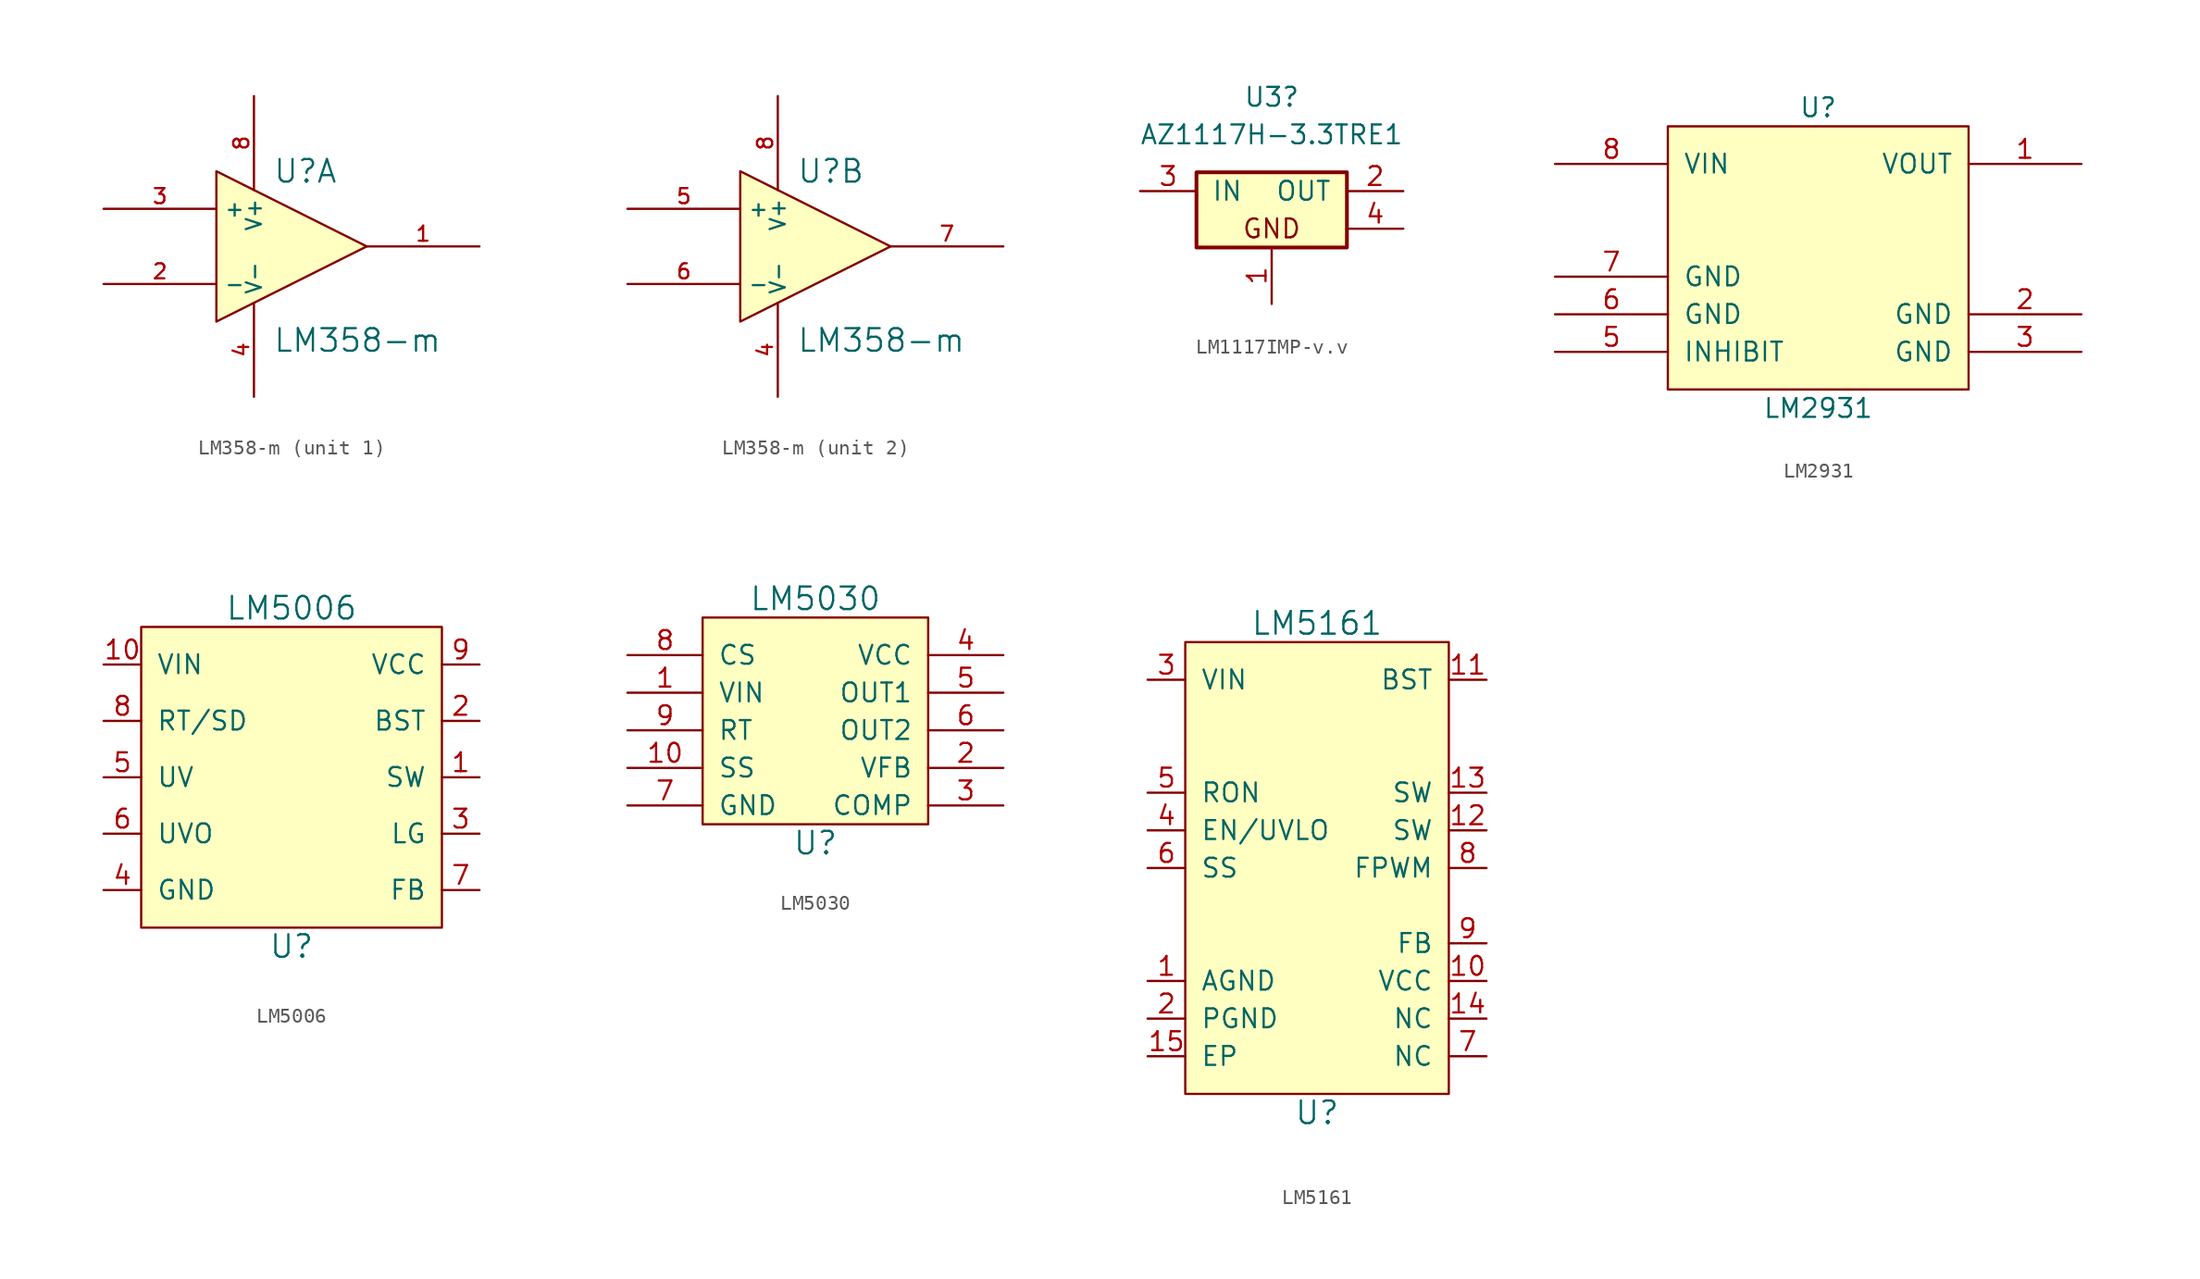
<source format=kicad_sym>
(kicad_symbol_lib
  (version 20211014)
  (generator kicad_symbol_editor)
  (symbol "LM358-m"
    (property "Reference" "U"
      (at -1.27 5.08 0)
      (effects (font (size 1.524 1.524)) (justify left)))
    (property "Value" "LM358-m"
      (at -1.27 -6.35 0)
      (effects (font (size 1.524 1.524)) (justify left)))
    (property "Footprint" ""
      (at 0 0 0)
      (effects (font (size 1.524 1.524))))
    (property "Datasheet" ""
      (at 0 0 0)
      (effects (font (size 1.524 1.524))))
    (symbol "LM358-m_0_1"
      (polyline (pts (xy -5.08 5.08) (xy 5.08 0) (xy -5.08 -5.08) (xy -5.08 5.08)) (stroke (width 0.152) (type default) (color 0 0 0 0)) (fill (type background)))
      (pin power_in line (at -2.54 -10.16 90) (length 6.35) (name "V-" (effects (font (size 1.016 1.016)))) (number "4" (effects (font (size 1.016 1.016)))))
      (pin power_in line (at -2.54 10.16 270) (length 6.35) (name "V+" (effects (font (size 1.016 1.016)))) (number "8" (effects (font (size 1.016 1.016))))))
    (symbol "LM358-m_1_1"
      (pin output line (at 12.7 0 180) (length 7.62) (name "~" (effects (font (size 1.016 1.016)))) (number "1" (effects (font (size 1.016 1.016)))))
      (pin input line (at -12.7 -2.54 0) (length 7.62) (name "-" (effects (font (size 1.016 1.016)))) (number "2" (effects (font (size 1.016 1.016)))))
      (pin input line (at -12.7 2.54 0) (length 7.62) (name "+" (effects (font (size 1.016 1.016)))) (number "3" (effects (font (size 1.016 1.016))))))
    (symbol "LM358-m_2_1"
      (pin input line (at -12.7 2.54 0) (length 7.62) (name "+" (effects (font (size 1.016 1.016)))) (number "5" (effects (font (size 1.016 1.016)))))
      (pin input line (at -12.7 -2.54 0) (length 7.62) (name "-" (effects (font (size 1.016 1.016)))) (number "6" (effects (font (size 1.016 1.016)))))
      (pin output line (at 12.7 0 180) (length 7.62) (name "~" (effects (font (size 1.016 1.016)))) (number "7" (effects (font (size 1.016 1.016)))))))
  (symbol "LM1117IMP-v.v"
    (pin_names
      (offset 1.016))
    (property "Reference" "U3"
      (at 0 7.62 0)
      (effects (font (size 1.27 1.27))))
    (property "Value" "AZ1117H-3.3TRE1"
      (at 0 5.08 0)
      (effects (font (size 1.27 1.27))))
    (property "Datasheet" ""
      (at 0 0 0)
      (effects (font (size 1.524 1.524))))
    (symbol "LM1117IMP-v.v_0_0"
      (rectangle (start -5.08 2.54) (end 5.08 -2.54) (stroke (width 0.254) (type default) (color 0 0 0 0)) (fill (type background)))
      (text "GND" (at 0 -1.27 0) (effects (font (size 1.27 1.27)))))
    (symbol "LM1117IMP-v.v_1_1"
      (pin input line (at 0 -6.35 90) (length 3.81) (name "~" (effects (font (size 1.27 1.27)))) (number "1" (effects (font (size 1.27 1.27)))))
      (pin power_out line (at 8.89 1.27 180) (length 3.81) (name "OUT" (effects (font (size 1.27 1.27)))) (number "2" (effects (font (size 1.27 1.27)))))
      (pin power_in line (at -8.89 1.27 0) (length 3.81) (name "IN" (effects (font (size 1.27 1.27)))) (number "3" (effects (font (size 1.27 1.27)))))
      (pin passive line (at 8.89 -1.27 180) (length 3.81) (name "~" (effects (font (size 1.27 1.27)))) (number "4" (effects (font (size 1.27 1.27)))))))
  (symbol "LM2931"
    (pin_names
      (offset 1.016))
    (property "Reference" "U"
      (at 0 10.16 0)
      (effects (font (size 1.27 1.27))))
    (property "Value" "LM2931"
      (at 0 -10.16 0)
      (effects (font (size 1.27 1.27))))
    (property "Datasheet" ""
      (at 0 10.16 0)
      (effects (font (size 1.27 1.27))))
    (symbol "LM2931_0_1"
      (rectangle (start -10.16 -8.89) (end 10.16 8.89) (stroke (width 0) (type default) (color 0 0 0 0)) (fill (type background))))
    (symbol "LM2931_1_1"
      (pin power_out line (at 17.78 6.35 180) (length 7.62) (name "VOUT" (effects (font (size 1.27 1.27)))) (number "1" (effects (font (size 1.27 1.27)))))
      (pin power_in line (at 17.78 -3.81 180) (length 7.62) (name "GND" (effects (font (size 1.27 1.27)))) (number "2" (effects (font (size 1.27 1.27)))))
      (pin power_in line (at 17.78 -6.35 180) (length 7.62) (name "GND" (effects (font (size 1.27 1.27)))) (number "3" (effects (font (size 1.27 1.27)))))
      (pin power_in line (at -17.78 -6.35 0) (length 7.62) (name "INHIBIT" (effects (font (size 1.27 1.27)))) (number "5" (effects (font (size 1.27 1.27)))))
      (pin power_in line (at -17.78 -3.81 0) (length 7.62) (name "GND" (effects (font (size 1.27 1.27)))) (number "6" (effects (font (size 1.27 1.27)))))
      (pin power_in line (at -17.78 -1.27 0) (length 7.62) (name "GND" (effects (font (size 1.27 1.27)))) (number "7" (effects (font (size 1.27 1.27)))))
      (pin input line (at -17.78 6.35 0) (length 7.62) (name "VIN" (effects (font (size 1.27 1.27)))) (number "8" (effects (font (size 1.27 1.27)))))))
  (symbol "LM5006"
    (pin_names
      (offset 1.016))
    (property "Reference" "U"
      (at 0 -11.43 0)
      (effects (font (size 1.524 1.524))))
    (property "Value" "LM5006"
      (at 0 11.43 0)
      (effects (font (size 1.524 1.524))))
    (symbol "LM5006_0_1"
      (rectangle (start -10.16 10.16) (end 10.16 -10.16) (stroke (width 0) (type default) (color 0 0 0 0)) (fill (type background))))
    (symbol "LM5006_1_1"
      (pin power_out line (at 12.7 0 180) (length 2.54) (name "SW" (effects (font (size 1.27 1.27)))) (number "1" (effects (font (size 1.27 1.27)))))
      (pin power_in line (at -12.7 7.62 0) (length 2.54) (name "VIN" (effects (font (size 1.27 1.27)))) (number "10" (effects (font (size 1.27 1.27)))))
      (pin input line (at 12.7 3.81 180) (length 2.54) (name "BST" (effects (font (size 1.27 1.27)))) (number "2" (effects (font (size 1.27 1.27)))))
      (pin output line (at 12.7 -3.81 180) (length 2.54) (name "LG" (effects (font (size 1.27 1.27)))) (number "3" (effects (font (size 1.27 1.27)))))
      (pin power_in line (at -12.7 -7.62 0) (length 2.54) (name "GND" (effects (font (size 1.27 1.27)))) (number "4" (effects (font (size 1.27 1.27)))))
      (pin input line (at -12.7 0 0) (length 2.54) (name "UV" (effects (font (size 1.27 1.27)))) (number "5" (effects (font (size 1.27 1.27)))))
      (pin input line (at -12.7 -3.81 0) (length 2.54) (name "UVO" (effects (font (size 1.27 1.27)))) (number "6" (effects (font (size 1.27 1.27)))))
      (pin input line (at 12.7 -7.62 180) (length 2.54) (name "FB" (effects (font (size 1.27 1.27)))) (number "7" (effects (font (size 1.27 1.27)))))
      (pin input line (at -12.7 3.81 0) (length 2.54) (name "RT/SD" (effects (font (size 1.27 1.27)))) (number "8" (effects (font (size 1.27 1.27)))))
      (pin passive line (at 12.7 7.62 180) (length 2.54) (name "VCC" (effects (font (size 1.27 1.27)))) (number "9" (effects (font (size 1.27 1.27)))))))
  (symbol "LM5030"
    (pin_names
      (offset 1.016))
    (property "Reference" "U"
      (at 0 -7.62 0)
      (effects (font (size 1.524 1.524))))
    (property "Value" "LM5030"
      (at 0 8.89 0)
      (effects (font (size 1.524 1.524))))
    (symbol "LM5030_0_1"
      (rectangle (start -7.62 7.62) (end 7.62 -6.35) (stroke (width 0) (type default) (color 0 0 0 0)) (fill (type background))))
    (symbol "LM5030_1_1"
      (pin power_in line (at -12.7 2.54 0) (length 5.08) (name "VIN" (effects (font (size 1.27 1.27)))) (number "1" (effects (font (size 1.27 1.27)))))
      (pin input line (at -12.7 -2.54 0) (length 5.08) (name "SS" (effects (font (size 1.27 1.27)))) (number "10" (effects (font (size 1.27 1.27)))))
      (pin input line (at 12.7 -2.54 180) (length 5.08) (name "VFB" (effects (font (size 1.27 1.27)))) (number "2" (effects (font (size 1.27 1.27)))))
      (pin input line (at 12.7 -5.08 180) (length 5.08) (name "COMP" (effects (font (size 1.27 1.27)))) (number "3" (effects (font (size 1.27 1.27)))))
      (pin power_in line (at 12.7 5.08 180) (length 5.08) (name "VCC" (effects (font (size 1.27 1.27)))) (number "4" (effects (font (size 1.27 1.27)))))
      (pin output line (at 12.7 2.54 180) (length 5.08) (name "OUT1" (effects (font (size 1.27 1.27)))) (number "5" (effects (font (size 1.27 1.27)))))
      (pin output line (at 12.7 0 180) (length 5.08) (name "OUT2" (effects (font (size 1.27 1.27)))) (number "6" (effects (font (size 1.27 1.27)))))
      (pin input line (at -12.7 -5.08 0) (length 5.08) (name "GND" (effects (font (size 1.27 1.27)))) (number "7" (effects (font (size 1.27 1.27)))))
      (pin input line (at -12.7 5.08 0) (length 5.08) (name "CS" (effects (font (size 1.27 1.27)))) (number "8" (effects (font (size 1.27 1.27)))))
      (pin input line (at -12.7 0 0) (length 5.08) (name "RT" (effects (font (size 1.27 1.27)))) (number "9" (effects (font (size 1.27 1.27)))))))
  (symbol "LM5161"
    (pin_names
      (offset 1.016))
    (property "Reference" "U"
      (at 0 -16.51 0)
      (effects (font (size 1.524 1.524))))
    (property "Value" "LM5161"
      (at 0 16.51 0)
      (effects (font (size 1.524 1.524))))
    (symbol "LM5161_0_1"
      (rectangle (start -8.89 15.24) (end 8.89 -15.24) (stroke (width 0) (type default) (color 0 0 0 0)) (fill (type background))))
    (symbol "LM5161_1_1"
      (pin input line (at -11.43 -7.62 0) (length 2.54) (name "AGND" (effects (font (size 1.27 1.27)))) (number "1" (effects (font (size 1.27 1.27)))))
      (pin input line (at 11.43 -7.62 180) (length 2.54) (name "VCC" (effects (font (size 1.27 1.27)))) (number "10" (effects (font (size 1.27 1.27)))))
      (pin input line (at 11.43 12.7 180) (length 2.54) (name "BST" (effects (font (size 1.27 1.27)))) (number "11" (effects (font (size 1.27 1.27)))))
      (pin input line (at 11.43 2.54 180) (length 2.54) (name "SW" (effects (font (size 1.27 1.27)))) (number "12" (effects (font (size 1.27 1.27)))))
      (pin input line (at 11.43 5.08 180) (length 2.54) (name "SW" (effects (font (size 1.27 1.27)))) (number "13" (effects (font (size 1.27 1.27)))))
      (pin input line (at 11.43 -10.16 180) (length 2.54) (name "NC" (effects (font (size 1.27 1.27)))) (number "14" (effects (font (size 1.27 1.27)))))
      (pin input line (at -11.43 -12.7 0) (length 2.54) (name "EP" (effects (font (size 1.27 1.27)))) (number "15" (effects (font (size 1.27 1.27)))))
      (pin input line (at -11.43 -10.16 0) (length 2.54) (name "PGND" (effects (font (size 1.27 1.27)))) (number "2" (effects (font (size 1.27 1.27)))))
      (pin input line (at -11.43 12.7 0) (length 2.54) (name "VIN" (effects (font (size 1.27 1.27)))) (number "3" (effects (font (size 1.27 1.27)))))
      (pin input line (at -11.43 2.54 0) (length 2.54) (name "EN/UVLO" (effects (font (size 1.27 1.27)))) (number "4" (effects (font (size 1.27 1.27)))))
      (pin input line (at -11.43 5.08 0) (length 2.54) (name "RON" (effects (font (size 1.27 1.27)))) (number "5" (effects (font (size 1.27 1.27)))))
      (pin input line (at -11.43 0 0) (length 2.54) (name "SS" (effects (font (size 1.27 1.27)))) (number "6" (effects (font (size 1.27 1.27)))))
      (pin input line (at 11.43 -12.7 180) (length 2.54) (name "NC" (effects (font (size 1.27 1.27)))) (number "7" (effects (font (size 1.27 1.27)))))
      (pin input line (at 11.43 0 180) (length 2.54) (name "FPWM" (effects (font (size 1.27 1.27)))) (number "8" (effects (font (size 1.27 1.27)))))
      (pin input line (at 11.43 -5.08 180) (length 2.54) (name "FB" (effects (font (size 1.27 1.27)))) (number "9" (effects (font (size 1.27 1.27))))))))
</source>
